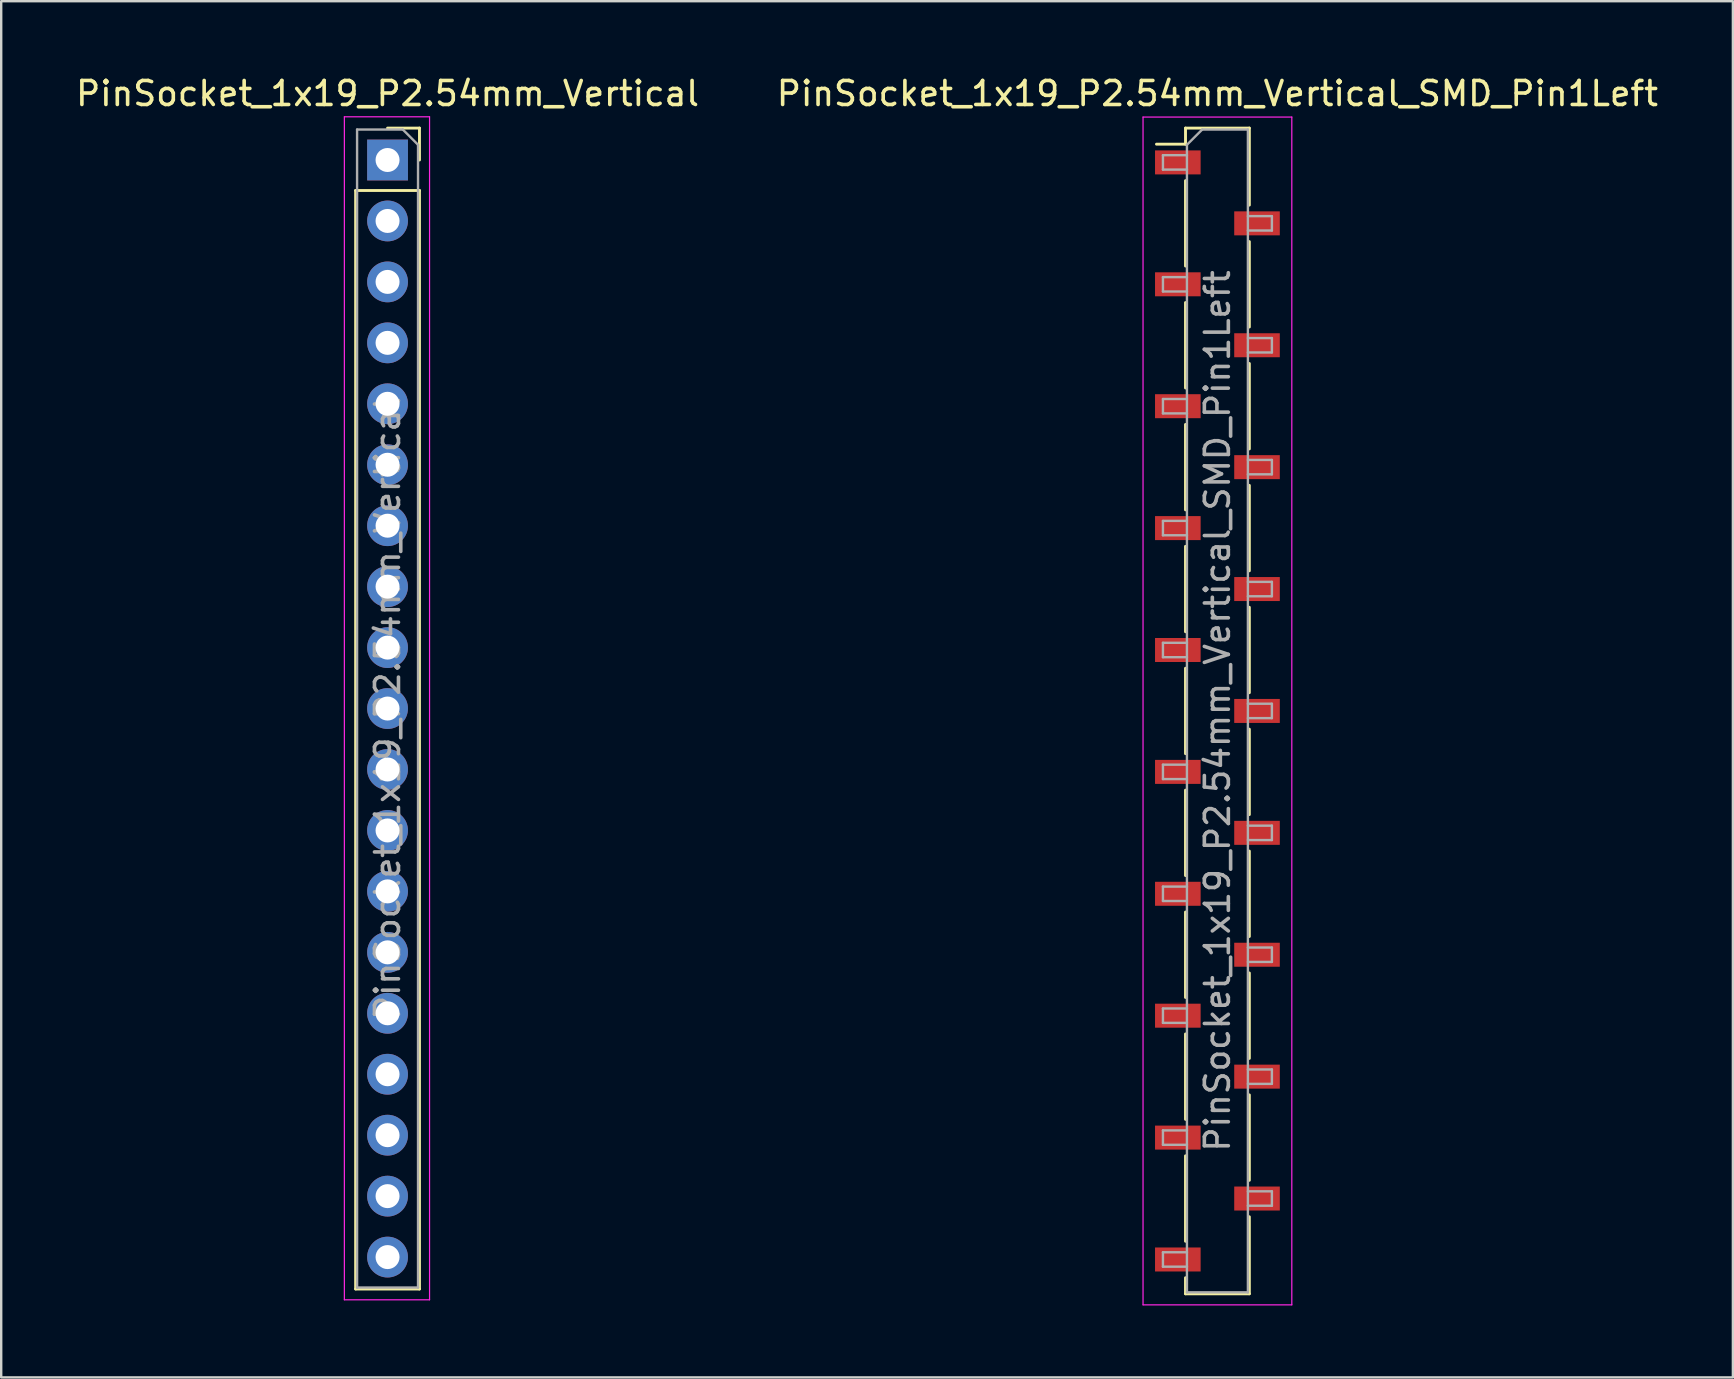
<source format=kicad_pcb>
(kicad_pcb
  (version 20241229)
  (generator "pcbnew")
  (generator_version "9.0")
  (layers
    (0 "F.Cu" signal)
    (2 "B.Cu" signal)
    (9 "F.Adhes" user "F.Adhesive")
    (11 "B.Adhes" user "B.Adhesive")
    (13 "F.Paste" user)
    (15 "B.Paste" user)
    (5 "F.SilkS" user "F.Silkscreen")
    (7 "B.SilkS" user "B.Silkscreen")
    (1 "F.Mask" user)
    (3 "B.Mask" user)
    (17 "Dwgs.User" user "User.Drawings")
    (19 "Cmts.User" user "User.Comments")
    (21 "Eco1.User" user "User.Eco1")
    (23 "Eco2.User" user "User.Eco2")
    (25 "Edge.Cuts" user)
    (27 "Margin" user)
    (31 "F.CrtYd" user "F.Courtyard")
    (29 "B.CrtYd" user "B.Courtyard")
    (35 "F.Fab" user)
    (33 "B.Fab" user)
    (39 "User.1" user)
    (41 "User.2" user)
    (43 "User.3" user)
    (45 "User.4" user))
  (footprint "PinSocket_1x19_P2.54mm_Vertical_SMD_Pin1Left"
    (layer "F.Cu")
    (at 47.685 26.578)
    (property "Reference" "PinSocket_1x19_P2.54mm_Vertical_SMD_Pin1Left" (at 0 -25.73 0) (layer "F.SilkS") (effects (font (size 1 1) (thickness 0.15))))
    (attr smd)
    (fp_line (start -2.54 -23.62) (end -1.33 -23.62) (stroke (width 0.12) (type solid)) (layer "F.SilkS"))
    (fp_line (start -1.33 -24.29) (end -1.33 -23.62) (stroke (width 0.12) (type solid)) (layer "F.SilkS"))
    (fp_line (start -1.33 -24.29) (end 1.33 -24.29) (stroke (width 0.12) (type solid)) (layer "F.SilkS"))
    (fp_line (start -1.33 -22.1) (end -1.33 -18.54) (stroke (width 0.12) (type solid)) (layer "F.SilkS"))
    (fp_line (start -1.33 -17.02) (end -1.33 -13.46) (stroke (width 0.12) (type solid)) (layer "F.SilkS"))
    (fp_line (start -1.33 -11.94) (end -1.33 -8.38) (stroke (width 0.12) (type solid)) (layer "F.SilkS"))
    (fp_line (start -1.33 -6.86) (end -1.33 -3.3) (stroke (width 0.12) (type solid)) (layer "F.SilkS"))
    (fp_line (start -1.33 -1.78) (end -1.33 1.78) (stroke (width 0.12) (type solid)) (layer "F.SilkS"))
    (fp_line (start -1.33 3.3) (end -1.33 6.86) (stroke (width 0.12) (type solid)) (layer "F.SilkS"))
    (fp_line (start -1.33 8.38) (end -1.33 11.94) (stroke (width 0.12) (type solid)) (layer "F.SilkS"))
    (fp_line (start -1.33 13.46) (end -1.33 17.02) (stroke (width 0.12) (type solid)) (layer "F.SilkS"))
    (fp_line (start -1.33 18.54) (end -1.33 22.1) (stroke (width 0.12) (type solid)) (layer "F.SilkS"))
    (fp_line (start -1.33 23.62) (end -1.33 24.29) (stroke (width 0.12) (type solid)) (layer "F.SilkS"))
    (fp_line (start -1.33 24.29) (end 1.33 24.29) (stroke (width 0.12) (type solid)) (layer "F.SilkS"))
    (fp_line (start 1.33 -24.29) (end 1.33 -21.08) (stroke (width 0.12) (type solid)) (layer "F.SilkS"))
    (fp_line (start 1.33 -19.56) (end 1.33 -16) (stroke (width 0.12) (type solid)) (layer "F.SilkS"))
    (fp_line (start 1.33 -14.48) (end 1.33 -10.92) (stroke (width 0.12) (type solid)) (layer "F.SilkS"))
    (fp_line (start 1.33 -9.4) (end 1.33 -5.84) (stroke (width 0.12) (type solid)) (layer "F.SilkS"))
    (fp_line (start 1.33 -4.32) (end 1.33 -0.76) (stroke (width 0.12) (type solid)) (layer "F.SilkS"))
    (fp_line (start 1.33 0.76) (end 1.33 4.32) (stroke (width 0.12) (type solid)) (layer "F.SilkS"))
    (fp_line (start 1.33 5.84) (end 1.33 9.4) (stroke (width 0.12) (type solid)) (layer "F.SilkS"))
    (fp_line (start 1.33 10.92) (end 1.33 14.48) (stroke (width 0.12) (type solid)) (layer "F.SilkS"))
    (fp_line (start 1.33 16) (end 1.33 19.56) (stroke (width 0.12) (type solid)) (layer "F.SilkS"))
    (fp_line (start 1.33 21.08) (end 1.33 24.29) (stroke (width 0.12) (type solid)) (layer "F.SilkS"))
    (fp_line (start -3.1 -24.75) (end 3.1 -24.75) (stroke (width 0.05) (type solid)) (layer "F.CrtYd"))
    (fp_line (start -3.1 24.75) (end -3.1 -24.75) (stroke (width 0.05) (type solid)) (layer "F.CrtYd"))
    (fp_line (start 3.1 -24.75) (end 3.1 24.75) (stroke (width 0.05) (type solid)) (layer "F.CrtYd"))
    (fp_line (start 3.1 24.75) (end -3.1 24.75) (stroke (width 0.05) (type solid)) (layer "F.CrtYd"))
    (fp_line (start -2.27 -23.16) (end -1.27 -23.16) (stroke (width 0.1) (type solid)) (layer "F.Fab"))
    (fp_line (start -2.27 -22.56) (end -2.27 -23.16) (stroke (width 0.1) (type solid)) (layer "F.Fab"))
    (fp_line (start -2.27 -18.08) (end -1.27 -18.08) (stroke (width 0.1) (type solid)) (layer "F.Fab"))
    (fp_line (start -2.27 -17.48) (end -2.27 -18.08) (stroke (width 0.1) (type solid)) (layer "F.Fab"))
    (fp_line (start -2.27 -13) (end -1.27 -13) (stroke (width 0.1) (type solid)) (layer "F.Fab"))
    (fp_line (start -2.27 -12.4) (end -2.27 -13) (stroke (width 0.1) (type solid)) (layer "F.Fab"))
    (fp_line (start -2.27 -7.92) (end -1.27 -7.92) (stroke (width 0.1) (type solid)) (layer "F.Fab"))
    (fp_line (start -2.27 -7.32) (end -2.27 -7.92) (stroke (width 0.1) (type solid)) (layer "F.Fab"))
    (fp_line (start -2.27 -2.84) (end -1.27 -2.84) (stroke (width 0.1) (type solid)) (layer "F.Fab"))
    (fp_line (start -2.27 -2.24) (end -2.27 -2.84) (stroke (width 0.1) (type solid)) (layer "F.Fab"))
    (fp_line (start -2.27 2.24) (end -1.27 2.24) (stroke (width 0.1) (type solid)) (layer "F.Fab"))
    (fp_line (start -2.27 2.84) (end -2.27 2.24) (stroke (width 0.1) (type solid)) (layer "F.Fab"))
    (fp_line (start -2.27 7.32) (end -1.27 7.32) (stroke (width 0.1) (type solid)) (layer "F.Fab"))
    (fp_line (start -2.27 7.92) (end -2.27 7.32) (stroke (width 0.1) (type solid)) (layer "F.Fab"))
    (fp_line (start -2.27 12.4) (end -1.27 12.4) (stroke (width 0.1) (type solid)) (layer "F.Fab"))
    (fp_line (start -2.27 13) (end -2.27 12.4) (stroke (width 0.1) (type solid)) (layer "F.Fab"))
    (fp_line (start -2.27 17.48) (end -1.27 17.48) (stroke (width 0.1) (type solid)) (layer "F.Fab"))
    (fp_line (start -2.27 18.08) (end -2.27 17.48) (stroke (width 0.1) (type solid)) (layer "F.Fab"))
    (fp_line (start -2.27 22.56) (end -1.27 22.56) (stroke (width 0.1) (type solid)) (layer "F.Fab"))
    (fp_line (start -2.27 23.16) (end -2.27 22.56) (stroke (width 0.1) (type solid)) (layer "F.Fab"))
    (fp_line (start -1.27 -23.595) (end -0.635 -24.23) (stroke (width 0.1) (type solid)) (layer "F.Fab"))
    (fp_line (start -1.27 -22.56) (end -2.27 -22.56) (stroke (width 0.1) (type solid)) (layer "F.Fab"))
    (fp_line (start -1.27 -17.48) (end -2.27 -17.48) (stroke (width 0.1) (type solid)) (layer "F.Fab"))
    (fp_line (start -1.27 -12.4) (end -2.27 -12.4) (stroke (width 0.1) (type solid)) (layer "F.Fab"))
    (fp_line (start -1.27 -7.32) (end -2.27 -7.32) (stroke (width 0.1) (type solid)) (layer "F.Fab"))
    (fp_line (start -1.27 -2.24) (end -2.27 -2.24) (stroke (width 0.1) (type solid)) (layer "F.Fab"))
    (fp_line (start -1.27 2.84) (end -2.27 2.84) (stroke (width 0.1) (type solid)) (layer "F.Fab"))
    (fp_line (start -1.27 7.92) (end -2.27 7.92) (stroke (width 0.1) (type solid)) (layer "F.Fab"))
    (fp_line (start -1.27 13) (end -2.27 13) (stroke (width 0.1) (type solid)) (layer "F.Fab"))
    (fp_line (start -1.27 18.08) (end -2.27 18.08) (stroke (width 0.1) (type solid)) (layer "F.Fab"))
    (fp_line (start -1.27 23.16) (end -2.27 23.16) (stroke (width 0.1) (type solid)) (layer "F.Fab"))
    (fp_line (start -1.27 24.23) (end -1.27 -23.595) (stroke (width 0.1) (type solid)) (layer "F.Fab"))
    (fp_line (start -0.635 -24.23) (end 1.27 -24.23) (stroke (width 0.1) (type solid)) (layer "F.Fab"))
    (fp_line (start 1.27 -24.23) (end 1.27 24.23) (stroke (width 0.1) (type solid)) (layer "F.Fab"))
    (fp_line (start 1.27 -20.62) (end 2.27 -20.62) (stroke (width 0.1) (type solid)) (layer "F.Fab"))
    (fp_line (start 1.27 -15.54) (end 2.27 -15.54) (stroke (width 0.1) (type solid)) (layer "F.Fab"))
    (fp_line (start 1.27 -10.46) (end 2.27 -10.46) (stroke (width 0.1) (type solid)) (layer "F.Fab"))
    (fp_line (start 1.27 -5.38) (end 2.27 -5.38) (stroke (width 0.1) (type solid)) (layer "F.Fab"))
    (fp_line (start 1.27 -0.3) (end 2.27 -0.3) (stroke (width 0.1) (type solid)) (layer "F.Fab"))
    (fp_line (start 1.27 4.78) (end 2.27 4.78) (stroke (width 0.1) (type solid)) (layer "F.Fab"))
    (fp_line (start 1.27 9.86) (end 2.27 9.86) (stroke (width 0.1) (type solid)) (layer "F.Fab"))
    (fp_line (start 1.27 14.94) (end 2.27 14.94) (stroke (width 0.1) (type solid)) (layer "F.Fab"))
    (fp_line (start 1.27 20.02) (end 2.27 20.02) (stroke (width 0.1) (type solid)) (layer "F.Fab"))
    (fp_line (start 1.27 24.23) (end -1.27 24.23) (stroke (width 0.1) (type solid)) (layer "F.Fab"))
    (fp_line (start 2.27 -20.62) (end 2.27 -20.02) (stroke (width 0.1) (type solid)) (layer "F.Fab"))
    (fp_line (start 2.27 -20.02) (end 1.27 -20.02) (stroke (width 0.1) (type solid)) (layer "F.Fab"))
    (fp_line (start 2.27 -15.54) (end 2.27 -14.94) (stroke (width 0.1) (type solid)) (layer "F.Fab"))
    (fp_line (start 2.27 -14.94) (end 1.27 -14.94) (stroke (width 0.1) (type solid)) (layer "F.Fab"))
    (fp_line (start 2.27 -10.46) (end 2.27 -9.86) (stroke (width 0.1) (type solid)) (layer "F.Fab"))
    (fp_line (start 2.27 -9.86) (end 1.27 -9.86) (stroke (width 0.1) (type solid)) (layer "F.Fab"))
    (fp_line (start 2.27 -5.38) (end 2.27 -4.78) (stroke (width 0.1) (type solid)) (layer "F.Fab"))
    (fp_line (start 2.27 -4.78) (end 1.27 -4.78) (stroke (width 0.1) (type solid)) (layer "F.Fab"))
    (fp_line (start 2.27 -0.3) (end 2.27 0.3) (stroke (width 0.1) (type solid)) (layer "F.Fab"))
    (fp_line (start 2.27 0.3) (end 1.27 0.3) (stroke (width 0.1) (type solid)) (layer "F.Fab"))
    (fp_line (start 2.27 4.78) (end 2.27 5.38) (stroke (width 0.1) (type solid)) (layer "F.Fab"))
    (fp_line (start 2.27 5.38) (end 1.27 5.38) (stroke (width 0.1) (type solid)) (layer "F.Fab"))
    (fp_line (start 2.27 9.86) (end 2.27 10.46) (stroke (width 0.1) (type solid)) (layer "F.Fab"))
    (fp_line (start 2.27 10.46) (end 1.27 10.46) (stroke (width 0.1) (type solid)) (layer "F.Fab"))
    (fp_line (start 2.27 14.94) (end 2.27 15.54) (stroke (width 0.1) (type solid)) (layer "F.Fab"))
    (fp_line (start 2.27 15.54) (end 1.27 15.54) (stroke (width 0.1) (type solid)) (layer "F.Fab"))
    (fp_line (start 2.27 20.02) (end 2.27 20.62) (stroke (width 0.1) (type solid)) (layer "F.Fab"))
    (fp_line (start 2.27 20.62) (end 1.27 20.62) (stroke (width 0.1) (type solid)) (layer "F.Fab"))
    (fp_text user "${REFERENCE}" (at 0 0 90) (layer "F.Fab") (effects (font (size 1 1) (thickness 0.15))))
    (pad "1" smd rect (at -1.65 -22.86) (size 1.9 1) (layers "F.Cu" "F.Mask" "F.Paste"))
    (pad "2" smd rect (at 1.65 -20.32) (size 1.9 1) (layers "F.Cu" "F.Mask" "F.Paste"))
    (pad "3" smd rect (at -1.65 -17.78) (size 1.9 1) (layers "F.Cu" "F.Mask" "F.Paste"))
    (pad "4" smd rect (at 1.65 -15.24) (size 1.9 1) (layers "F.Cu" "F.Mask" "F.Paste"))
    (pad "5" smd rect (at -1.65 -12.7) (size 1.9 1) (layers "F.Cu" "F.Mask" "F.Paste"))
    (pad "6" smd rect (at 1.65 -10.16) (size 1.9 1) (layers "F.Cu" "F.Mask" "F.Paste"))
    (pad "7" smd rect (at -1.65 -7.62) (size 1.9 1) (layers "F.Cu" "F.Mask" "F.Paste"))
    (pad "8" smd rect (at 1.65 -5.08) (size 1.9 1) (layers "F.Cu" "F.Mask" "F.Paste"))
    (pad "9" smd rect (at -1.65 -2.54) (size 1.9 1) (layers "F.Cu" "F.Mask" "F.Paste"))
    (pad "10" smd rect (at 1.65 0) (size 1.9 1) (layers "F.Cu" "F.Mask" "F.Paste"))
    (pad "11" smd rect (at -1.65 2.54) (size 1.9 1) (layers "F.Cu" "F.Mask" "F.Paste"))
    (pad "12" smd rect (at 1.65 5.08) (size 1.9 1) (layers "F.Cu" "F.Mask" "F.Paste"))
    (pad "13" smd rect (at -1.65 7.62) (size 1.9 1) (layers "F.Cu" "F.Mask" "F.Paste"))
    (pad "14" smd rect (at 1.65 10.16) (size 1.9 1) (layers "F.Cu" "F.Mask" "F.Paste"))
    (pad "15" smd rect (at -1.65 12.7) (size 1.9 1) (layers "F.Cu" "F.Mask" "F.Paste"))
    (pad "16" smd rect (at 1.65 15.24) (size 1.9 1) (layers "F.Cu" "F.Mask" "F.Paste"))
    (pad "17" smd rect (at -1.65 17.78) (size 1.9 1) (layers "F.Cu" "F.Mask" "F.Paste"))
    (pad "18" smd rect (at 1.65 20.32) (size 1.9 1) (layers "F.Cu" "F.Mask" "F.Paste"))
    (pad "19" smd rect (at -1.65 22.86) (size 1.9 1) (layers "F.Cu" "F.Mask" "F.Paste")))
  (footprint "PinSocket_1x19_P2.54mm_Vertical"
    (layer "F.Cu")
    (at 13.101 3.618)
    (property "Reference" "PinSocket_1x19_P2.54mm_Vertical" (at 0 -2.77 0) (layer "F.SilkS") (effects (font (size 1 1) (thickness 0.15))))
    (attr through_hole)
    (fp_line (start -1.33 1.27) (end -1.33 47.05) (stroke (width 0.12) (type solid)) (layer "F.SilkS"))
    (fp_line (start -1.33 1.27) (end 1.33 1.27) (stroke (width 0.12) (type solid)) (layer "F.SilkS"))
    (fp_line (start -1.33 47.05) (end 1.33 47.05) (stroke (width 0.12) (type solid)) (layer "F.SilkS"))
    (fp_line (start 0 -1.33) (end 1.33 -1.33) (stroke (width 0.12) (type solid)) (layer "F.SilkS"))
    (fp_line (start 1.33 -1.33) (end 1.33 0) (stroke (width 0.12) (type solid)) (layer "F.SilkS"))
    (fp_line (start 1.33 1.27) (end 1.33 47.05) (stroke (width 0.12) (type solid)) (layer "F.SilkS"))
    (fp_line (start -1.8 -1.8) (end 1.75 -1.8) (stroke (width 0.05) (type solid)) (layer "F.CrtYd"))
    (fp_line (start -1.8 47.5) (end -1.8 -1.8) (stroke (width 0.05) (type solid)) (layer "F.CrtYd"))
    (fp_line (start 1.75 -1.8) (end 1.75 47.5) (stroke (width 0.05) (type solid)) (layer "F.CrtYd"))
    (fp_line (start 1.75 47.5) (end -1.8 47.5) (stroke (width 0.05) (type solid)) (layer "F.CrtYd"))
    (fp_line (start -1.27 -1.27) (end 0.635 -1.27) (stroke (width 0.1) (type solid)) (layer "F.Fab"))
    (fp_line (start -1.27 46.99) (end -1.27 -1.27) (stroke (width 0.1) (type solid)) (layer "F.Fab"))
    (fp_line (start 0.635 -1.27) (end 1.27 -0.635) (stroke (width 0.1) (type solid)) (layer "F.Fab"))
    (fp_line (start 1.27 -0.635) (end 1.27 46.99) (stroke (width 0.1) (type solid)) (layer "F.Fab"))
    (fp_line (start 1.27 46.99) (end -1.27 46.99) (stroke (width 0.1) (type solid)) (layer "F.Fab"))
    (fp_text user "${REFERENCE}" (at 0 22.86 90) (layer "F.Fab") (effects (font (size 1 1) (thickness 0.15))))
    (pad "1" thru_hole rect (at 0 0) (size 1.7 1.7) (drill 1) (layers "*.Cu" "*.Mask"))
    (pad "2" thru_hole oval (at 0 2.54) (size 1.7 1.7) (drill 1) (layers "*.Cu" "*.Mask"))
    (pad "3" thru_hole oval (at 0 5.08) (size 1.7 1.7) (drill 1) (layers "*.Cu" "*.Mask"))
    (pad "4" thru_hole oval (at 0 7.62) (size 1.7 1.7) (drill 1) (layers "*.Cu" "*.Mask"))
    (pad "5" thru_hole oval (at 0 10.16) (size 1.7 1.7) (drill 1) (layers "*.Cu" "*.Mask"))
    (pad "6" thru_hole oval (at 0 12.7) (size 1.7 1.7) (drill 1) (layers "*.Cu" "*.Mask"))
    (pad "7" thru_hole oval (at 0 15.24) (size 1.7 1.7) (drill 1) (layers "*.Cu" "*.Mask"))
    (pad "8" thru_hole oval (at 0 17.78) (size 1.7 1.7) (drill 1) (layers "*.Cu" "*.Mask"))
    (pad "9" thru_hole oval (at 0 20.32) (size 1.7 1.7) (drill 1) (layers "*.Cu" "*.Mask"))
    (pad "10" thru_hole oval (at 0 22.86) (size 1.7 1.7) (drill 1) (layers "*.Cu" "*.Mask"))
    (pad "11" thru_hole oval (at 0 25.4) (size 1.7 1.7) (drill 1) (layers "*.Cu" "*.Mask"))
    (pad "12" thru_hole oval (at 0 27.94) (size 1.7 1.7) (drill 1) (layers "*.Cu" "*.Mask"))
    (pad "13" thru_hole oval (at 0 30.48) (size 1.7 1.7) (drill 1) (layers "*.Cu" "*.Mask"))
    (pad "14" thru_hole oval (at 0 33.02) (size 1.7 1.7) (drill 1) (layers "*.Cu" "*.Mask"))
    (pad "15" thru_hole oval (at 0 35.56) (size 1.7 1.7) (drill 1) (layers "*.Cu" "*.Mask"))
    (pad "16" thru_hole oval (at 0 38.1) (size 1.7 1.7) (drill 1) (layers "*.Cu" "*.Mask"))
    (pad "17" thru_hole oval (at 0 40.64) (size 1.7 1.7) (drill 1) (layers "*.Cu" "*.Mask"))
    (pad "18" thru_hole oval (at 0 43.18) (size 1.7 1.7) (drill 1) (layers "*.Cu" "*.Mask"))
    (pad "19" thru_hole oval (at 0 45.72) (size 1.7 1.7) (drill 1) (layers "*.Cu" "*.Mask")))
  (gr_rect
    (start -3 -3)
    (end 69.167 54.353)
    (stroke (width 0.1) (type default))
    (fill no)
    (layer "Edge.Cuts")))
</source>
